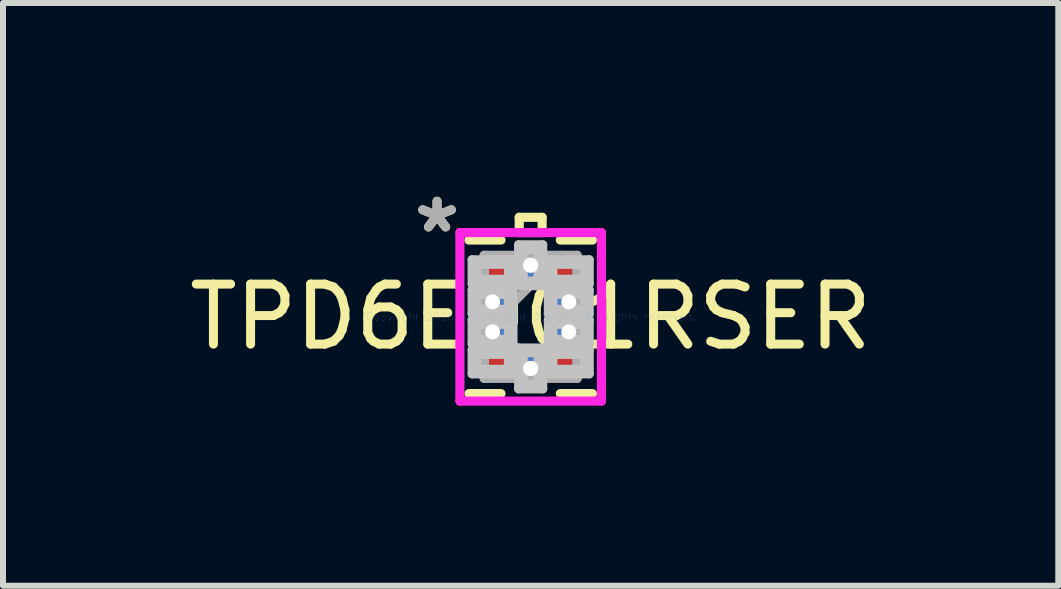
<source format=kicad_pcb>
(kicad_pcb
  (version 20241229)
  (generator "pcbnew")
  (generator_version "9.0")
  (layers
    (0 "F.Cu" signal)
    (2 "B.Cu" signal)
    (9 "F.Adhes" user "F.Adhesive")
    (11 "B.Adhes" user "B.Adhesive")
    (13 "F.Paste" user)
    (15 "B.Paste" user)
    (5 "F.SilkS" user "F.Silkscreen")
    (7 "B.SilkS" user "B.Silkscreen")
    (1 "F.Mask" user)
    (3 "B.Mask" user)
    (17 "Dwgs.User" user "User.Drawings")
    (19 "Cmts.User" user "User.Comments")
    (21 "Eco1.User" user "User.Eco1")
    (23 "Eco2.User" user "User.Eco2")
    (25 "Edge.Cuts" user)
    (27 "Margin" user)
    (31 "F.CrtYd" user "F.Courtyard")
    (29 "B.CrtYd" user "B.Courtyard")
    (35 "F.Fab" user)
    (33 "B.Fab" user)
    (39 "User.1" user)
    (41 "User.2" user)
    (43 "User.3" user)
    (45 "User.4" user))
  (footprint "TPD6E001RSER"
    (layer "F.Cu")
    (at 5.792 2.229)
    (property "Reference" "TPD6E001RSER" (at 0 0 0) (layer "F.SilkS") (effects (font (size 1 1) (thickness 0.15))))
    (attr through_hole)
    (fp_line (start -1.029 1.279) (end -0.494 1.279) (stroke (width 0.152) (type solid)) (layer "F.SilkS"))
    (fp_line (start -0.494 -1.279) (end -1.029 -1.279) (stroke (width 0.152) (type solid)) (layer "F.SilkS"))
    (fp_line (start -0.191 -1.658) (end 0.191 -1.658) (stroke (width 0.152) (type solid)) (layer "F.SilkS"))
    (fp_line (start -0.191 -1.404) (end -0.191 -1.658) (stroke (width 0.152) (type solid)) (layer "F.SilkS"))
    (fp_line (start 0.191 -1.658) (end 0.191 -1.404) (stroke (width 0.152) (type solid)) (layer "F.SilkS"))
    (fp_line (start 0.191 -1.404) (end -0.191 -1.404) (stroke (width 0.152) (type solid)) (layer "F.SilkS"))
    (fp_line (start 0.494 1.279) (end 1.029 1.279) (stroke (width 0.152) (type solid)) (layer "F.SilkS"))
    (fp_line (start 1.029 -1.279) (end 0.494 -1.279) (stroke (width 0.152) (type solid)) (layer "F.SilkS"))
    (fp_line (start -0.975 -0.95) (end -0.975 -0.55) (stroke (width 0.152) (type solid)) (layer "Dwgs.User"))
    (fp_line (start -0.975 -0.55) (end -0.295 -0.55) (stroke (width 0.152) (type solid)) (layer "Dwgs.User"))
    (fp_line (start -0.975 -0.45) (end -0.975 -0.05) (stroke (width 0.152) (type solid)) (layer "Dwgs.User"))
    (fp_line (start -0.975 -0.05) (end -0.295 -0.05) (stroke (width 0.152) (type solid)) (layer "Dwgs.User"))
    (fp_line (start -0.975 0.05) (end -0.975 0.45) (stroke (width 0.152) (type solid)) (layer "Dwgs.User"))
    (fp_line (start -0.975 0.45) (end -0.295 0.45) (stroke (width 0.152) (type solid)) (layer "Dwgs.User"))
    (fp_line (start -0.975 0.55) (end -0.975 0.95) (stroke (width 0.152) (type solid)) (layer "Dwgs.User"))
    (fp_line (start -0.975 0.95) (end -0.295 0.95) (stroke (width 0.152) (type solid)) (layer "Dwgs.User"))
    (fp_line (start -0.9 -0.875) (end -0.9 -0.625) (stroke (width 0.152) (type solid)) (layer "Dwgs.User"))
    (fp_line (start -0.9 -0.625) (end -0.37 -0.625) (stroke (width 0.152) (type solid)) (layer "Dwgs.User"))
    (fp_line (start -0.9 -0.375) (end -0.9 -0.125) (stroke (width 0.152) (type solid)) (layer "Dwgs.User"))
    (fp_line (start -0.9 -0.125) (end -0.37 -0.125) (stroke (width 0.152) (type solid)) (layer "Dwgs.User"))
    (fp_line (start -0.9 0.125) (end -0.9 0.375) (stroke (width 0.152) (type solid)) (layer "Dwgs.User"))
    (fp_line (start -0.9 0.375) (end -0.37 0.375) (stroke (width 0.152) (type solid)) (layer "Dwgs.User"))
    (fp_line (start -0.9 0.625) (end -0.9 0.875) (stroke (width 0.152) (type solid)) (layer "Dwgs.User"))
    (fp_line (start -0.9 0.875) (end -0.37 0.875) (stroke (width 0.152) (type solid)) (layer "Dwgs.User"))
    (fp_line (start -0.37 -0.875) (end -0.9 -0.875) (stroke (width 0.152) (type solid)) (layer "Dwgs.User"))
    (fp_line (start -0.37 -0.625) (end -0.37 -0.875) (stroke (width 0.152) (type solid)) (layer "Dwgs.User"))
    (fp_line (start -0.37 -0.375) (end -0.9 -0.375) (stroke (width 0.152) (type solid)) (layer "Dwgs.User"))
    (fp_line (start -0.37 -0.125) (end -0.37 -0.375) (stroke (width 0.152) (type solid)) (layer "Dwgs.User"))
    (fp_line (start -0.37 0.125) (end -0.9 0.125) (stroke (width 0.152) (type solid)) (layer "Dwgs.User"))
    (fp_line (start -0.37 0.375) (end -0.37 0.125) (stroke (width 0.152) (type solid)) (layer "Dwgs.User"))
    (fp_line (start -0.37 0.625) (end -0.9 0.625) (stroke (width 0.152) (type solid)) (layer "Dwgs.User"))
    (fp_line (start -0.37 0.875) (end -0.37 0.625) (stroke (width 0.152) (type solid)) (layer "Dwgs.User"))
    (fp_line (start -0.295 -0.95) (end -0.975 -0.95) (stroke (width 0.152) (type solid)) (layer "Dwgs.User"))
    (fp_line (start -0.295 -0.55) (end -0.295 -0.95) (stroke (width 0.152) (type solid)) (layer "Dwgs.User"))
    (fp_line (start -0.295 -0.45) (end -0.975 -0.45) (stroke (width 0.152) (type solid)) (layer "Dwgs.User"))
    (fp_line (start -0.295 -0.05) (end -0.295 -0.45) (stroke (width 0.152) (type solid)) (layer "Dwgs.User"))
    (fp_line (start -0.295 0.05) (end -0.975 0.05) (stroke (width 0.152) (type solid)) (layer "Dwgs.User"))
    (fp_line (start -0.295 0.45) (end -0.295 0.05) (stroke (width 0.152) (type solid)) (layer "Dwgs.User"))
    (fp_line (start -0.295 0.55) (end -0.975 0.55) (stroke (width 0.152) (type solid)) (layer "Dwgs.User"))
    (fp_line (start -0.295 0.95) (end -0.295 0.55) (stroke (width 0.152) (type solid)) (layer "Dwgs.User"))
    (fp_line (start -0.2 -1.2) (end -0.2 -0.52) (stroke (width 0.152) (type solid)) (layer "Dwgs.User"))
    (fp_line (start -0.2 -0.52) (end 0.2 -0.52) (stroke (width 0.152) (type solid)) (layer "Dwgs.User"))
    (fp_line (start -0.2 0.52) (end -0.2 1.2) (stroke (width 0.152) (type solid)) (layer "Dwgs.User"))
    (fp_line (start -0.2 1.2) (end 0.2 1.2) (stroke (width 0.152) (type solid)) (layer "Dwgs.User"))
    (fp_line (start -0.125 -1.125) (end -0.125 -0.595) (stroke (width 0.152) (type solid)) (layer "Dwgs.User"))
    (fp_line (start -0.125 -0.595) (end 0.125 -0.595) (stroke (width 0.152) (type solid)) (layer "Dwgs.User"))
    (fp_line (start -0.125 0.595) (end -0.125 1.125) (stroke (width 0.152) (type solid)) (layer "Dwgs.User"))
    (fp_line (start -0.125 1.125) (end 0.125 1.125) (stroke (width 0.152) (type solid)) (layer "Dwgs.User"))
    (fp_line (start 0.125 -1.125) (end -0.125 -1.125) (stroke (width 0.152) (type solid)) (layer "Dwgs.User"))
    (fp_line (start 0.125 -0.595) (end 0.125 -1.125) (stroke (width 0.152) (type solid)) (layer "Dwgs.User"))
    (fp_line (start 0.125 0.595) (end -0.125 0.595) (stroke (width 0.152) (type solid)) (layer "Dwgs.User"))
    (fp_line (start 0.125 1.125) (end 0.125 0.595) (stroke (width 0.152) (type solid)) (layer "Dwgs.User"))
    (fp_line (start 0.2 -1.2) (end -0.2 -1.2) (stroke (width 0.152) (type solid)) (layer "Dwgs.User"))
    (fp_line (start 0.2 -0.52) (end 0.2 -1.2) (stroke (width 0.152) (type solid)) (layer "Dwgs.User"))
    (fp_line (start 0.2 0.52) (end -0.2 0.52) (stroke (width 0.152) (type solid)) (layer "Dwgs.User"))
    (fp_line (start 0.2 1.2) (end 0.2 0.52) (stroke (width 0.152) (type solid)) (layer "Dwgs.User"))
    (fp_line (start 0.295 -0.95) (end 0.295 -0.55) (stroke (width 0.152) (type solid)) (layer "Dwgs.User"))
    (fp_line (start 0.295 -0.55) (end 0.975 -0.55) (stroke (width 0.152) (type solid)) (layer "Dwgs.User"))
    (fp_line (start 0.295 -0.45) (end 0.295 -0.05) (stroke (width 0.152) (type solid)) (layer "Dwgs.User"))
    (fp_line (start 0.295 -0.05) (end 0.975 -0.05) (stroke (width 0.152) (type solid)) (layer "Dwgs.User"))
    (fp_line (start 0.295 0.05) (end 0.295 0.45) (stroke (width 0.152) (type solid)) (layer "Dwgs.User"))
    (fp_line (start 0.295 0.45) (end 0.975 0.45) (stroke (width 0.152) (type solid)) (layer "Dwgs.User"))
    (fp_line (start 0.295 0.55) (end 0.295 0.95) (stroke (width 0.152) (type solid)) (layer "Dwgs.User"))
    (fp_line (start 0.295 0.95) (end 0.975 0.95) (stroke (width 0.152) (type solid)) (layer "Dwgs.User"))
    (fp_line (start 0.37 -0.875) (end 0.37 -0.625) (stroke (width 0.152) (type solid)) (layer "Dwgs.User"))
    (fp_line (start 0.37 -0.625) (end 0.9 -0.625) (stroke (width 0.152) (type solid)) (layer "Dwgs.User"))
    (fp_line (start 0.37 -0.375) (end 0.37 -0.125) (stroke (width 0.152) (type solid)) (layer "Dwgs.User"))
    (fp_line (start 0.37 -0.125) (end 0.9 -0.125) (stroke (width 0.152) (type solid)) (layer "Dwgs.User"))
    (fp_line (start 0.37 0.125) (end 0.37 0.375) (stroke (width 0.152) (type solid)) (layer "Dwgs.User"))
    (fp_line (start 0.37 0.375) (end 0.9 0.375) (stroke (width 0.152) (type solid)) (layer "Dwgs.User"))
    (fp_line (start 0.37 0.625) (end 0.37 0.875) (stroke (width 0.152) (type solid)) (layer "Dwgs.User"))
    (fp_line (start 0.37 0.875) (end 0.9 0.875) (stroke (width 0.152) (type solid)) (layer "Dwgs.User"))
    (fp_line (start 0.9 -0.875) (end 0.37 -0.875) (stroke (width 0.152) (type solid)) (layer "Dwgs.User"))
    (fp_line (start 0.9 -0.625) (end 0.9 -0.875) (stroke (width 0.152) (type solid)) (layer "Dwgs.User"))
    (fp_line (start 0.9 -0.375) (end 0.37 -0.375) (stroke (width 0.152) (type solid)) (layer "Dwgs.User"))
    (fp_line (start 0.9 -0.125) (end 0.9 -0.375) (stroke (width 0.152) (type solid)) (layer "Dwgs.User"))
    (fp_line (start 0.9 0.125) (end 0.37 0.125) (stroke (width 0.152) (type solid)) (layer "Dwgs.User"))
    (fp_line (start 0.9 0.375) (end 0.9 0.125) (stroke (width 0.152) (type solid)) (layer "Dwgs.User"))
    (fp_line (start 0.9 0.625) (end 0.37 0.625) (stroke (width 0.152) (type solid)) (layer "Dwgs.User"))
    (fp_line (start 0.9 0.875) (end 0.9 0.625) (stroke (width 0.152) (type solid)) (layer "Dwgs.User"))
    (fp_line (start 0.975 -0.95) (end 0.295 -0.95) (stroke (width 0.152) (type solid)) (layer "Dwgs.User"))
    (fp_line (start 0.975 -0.55) (end 0.975 -0.95) (stroke (width 0.152) (type solid)) (layer "Dwgs.User"))
    (fp_line (start 0.975 -0.45) (end 0.295 -0.45) (stroke (width 0.152) (type solid)) (layer "Dwgs.User"))
    (fp_line (start 0.975 -0.05) (end 0.975 -0.45) (stroke (width 0.152) (type solid)) (layer "Dwgs.User"))
    (fp_line (start 0.975 0.05) (end 0.295 0.05) (stroke (width 0.152) (type solid)) (layer "Dwgs.User"))
    (fp_line (start 0.975 0.45) (end 0.975 0.05) (stroke (width 0.152) (type solid)) (layer "Dwgs.User"))
    (fp_line (start 0.975 0.55) (end 0.295 0.55) (stroke (width 0.152) (type solid)) (layer "Dwgs.User"))
    (fp_line (start 0.975 0.95) (end 0.975 0.55) (stroke (width 0.152) (type solid)) (layer "Dwgs.User"))
    (fp_line (start -1.179 -1.404) (end 1.179 -1.404) (stroke (width 0.152) (type solid)) (layer "F.CrtYd"))
    (fp_line (start -1.179 1.404) (end -1.179 -1.404) (stroke (width 0.152) (type solid)) (layer "F.CrtYd"))
    (fp_line (start 1.179 -1.404) (end 1.179 1.404) (stroke (width 0.152) (type solid)) (layer "F.CrtYd"))
    (fp_line (start 1.179 1.404) (end -1.179 1.404) (stroke (width 0.152) (type solid)) (layer "F.CrtYd"))
    (fp_line (start -0.775 -1.025) (end -0.775 1.025) (stroke (width 0.152) (type solid)) (layer "F.Fab"))
    (fp_line (start -0.775 -0.9) (end -0.775 -0.9) (stroke (width 0.152) (type solid)) (layer "F.Fab"))
    (fp_line (start -0.775 -0.9) (end -0.775 -0.6) (stroke (width 0.152) (type solid)) (layer "F.Fab"))
    (fp_line (start -0.775 -0.6) (end -0.775 -0.9) (stroke (width 0.152) (type solid)) (layer "F.Fab"))
    (fp_line (start -0.775 -0.6) (end -0.775 -0.6) (stroke (width 0.152) (type solid)) (layer "F.Fab"))
    (fp_line (start -0.775 -0.4) (end -0.775 -0.4) (stroke (width 0.152) (type solid)) (layer "F.Fab"))
    (fp_line (start -0.775 -0.4) (end -0.775 -0.1) (stroke (width 0.152) (type solid)) (layer "F.Fab"))
    (fp_line (start -0.775 -0.1) (end -0.775 -0.4) (stroke (width 0.152) (type solid)) (layer "F.Fab"))
    (fp_line (start -0.775 -0.1) (end -0.775 -0.1) (stroke (width 0.152) (type solid)) (layer "F.Fab"))
    (fp_line (start -0.775 0.1) (end -0.775 0.1) (stroke (width 0.152) (type solid)) (layer "F.Fab"))
    (fp_line (start -0.775 0.1) (end -0.775 0.4) (stroke (width 0.152) (type solid)) (layer "F.Fab"))
    (fp_line (start -0.775 0.245) (end 0.495 -1.025) (stroke (width 0.152) (type solid)) (layer "F.Fab"))
    (fp_line (start -0.775 0.4) (end -0.775 0.1) (stroke (width 0.152) (type solid)) (layer "F.Fab"))
    (fp_line (start -0.775 0.4) (end -0.775 0.4) (stroke (width 0.152) (type solid)) (layer "F.Fab"))
    (fp_line (start -0.775 0.6) (end -0.775 0.6) (stroke (width 0.152) (type solid)) (layer "F.Fab"))
    (fp_line (start -0.775 0.6) (end -0.775 0.9) (stroke (width 0.152) (type solid)) (layer "F.Fab"))
    (fp_line (start -0.775 0.9) (end -0.775 0.6) (stroke (width 0.152) (type solid)) (layer "F.Fab"))
    (fp_line (start -0.775 0.9) (end -0.775 0.9) (stroke (width 0.152) (type solid)) (layer "F.Fab"))
    (fp_line (start -0.775 1.025) (end 0.775 1.025) (stroke (width 0.152) (type solid)) (layer "F.Fab"))
    (fp_line (start -0.15 -1.025) (end -0.15 -1.025) (stroke (width 0.152) (type solid)) (layer "F.Fab"))
    (fp_line (start -0.15 -1.025) (end 0.15 -1.025) (stroke (width 0.152) (type solid)) (layer "F.Fab"))
    (fp_line (start -0.15 1.025) (end -0.15 1.025) (stroke (width 0.152) (type solid)) (layer "F.Fab"))
    (fp_line (start -0.15 1.025) (end 0.15 1.025) (stroke (width 0.152) (type solid)) (layer "F.Fab"))
    (fp_line (start 0.15 -1.025) (end -0.15 -1.025) (stroke (width 0.152) (type solid)) (layer "F.Fab"))
    (fp_line (start 0.15 -1.025) (end 0.15 -1.025) (stroke (width 0.152) (type solid)) (layer "F.Fab"))
    (fp_line (start 0.15 1.025) (end -0.15 1.025) (stroke (width 0.152) (type solid)) (layer "F.Fab"))
    (fp_line (start 0.15 1.025) (end 0.15 1.025) (stroke (width 0.152) (type solid)) (layer "F.Fab"))
    (fp_line (start 0.775 -1.025) (end -0.775 -1.025) (stroke (width 0.152) (type solid)) (layer "F.Fab"))
    (fp_line (start 0.775 -0.9) (end 0.775 -0.9) (stroke (width 0.152) (type solid)) (layer "F.Fab"))
    (fp_line (start 0.775 -0.9) (end 0.775 -0.6) (stroke (width 0.152) (type solid)) (layer "F.Fab"))
    (fp_line (start 0.775 -0.6) (end 0.775 -0.9) (stroke (width 0.152) (type solid)) (layer "F.Fab"))
    (fp_line (start 0.775 -0.6) (end 0.775 -0.6) (stroke (width 0.152) (type solid)) (layer "F.Fab"))
    (fp_line (start 0.775 -0.4) (end 0.775 -0.4) (stroke (width 0.152) (type solid)) (layer "F.Fab"))
    (fp_line (start 0.775 -0.4) (end 0.775 -0.1) (stroke (width 0.152) (type solid)) (layer "F.Fab"))
    (fp_line (start 0.775 -0.1) (end 0.775 -0.4) (stroke (width 0.152) (type solid)) (layer "F.Fab"))
    (fp_line (start 0.775 -0.1) (end 0.775 -0.1) (stroke (width 0.152) (type solid)) (layer "F.Fab"))
    (fp_line (start 0.775 0.1) (end 0.775 0.1) (stroke (width 0.152) (type solid)) (layer "F.Fab"))
    (fp_line (start 0.775 0.1) (end 0.775 0.4) (stroke (width 0.152) (type solid)) (layer "F.Fab"))
    (fp_line (start 0.775 0.4) (end 0.775 0.1) (stroke (width 0.152) (type solid)) (layer "F.Fab"))
    (fp_line (start 0.775 0.4) (end 0.775 0.4) (stroke (width 0.152) (type solid)) (layer "F.Fab"))
    (fp_line (start 0.775 0.6) (end 0.775 0.6) (stroke (width 0.152) (type solid)) (layer "F.Fab"))
    (fp_line (start 0.775 0.6) (end 0.775 0.9) (stroke (width 0.152) (type solid)) (layer "F.Fab"))
    (fp_line (start 0.775 0.9) (end 0.775 0.6) (stroke (width 0.152) (type solid)) (layer "F.Fab"))
    (fp_line (start 0.775 0.9) (end 0.775 0.9) (stroke (width 0.152) (type solid)) (layer "F.Fab"))
    (fp_line (start 0.775 1.025) (end 0.775 -1.025) (stroke (width 0.152) (type solid)) (layer "F.Fab"))
    (fp_text user "*" (at -1.56 -1.381 0) (layer "F.SilkS") (effects (font (size 1 1) (thickness 0.15))))
    (fp_text user "Copyright 2016 Accelerated Designs. All rights reserved." (at 0 0 0) (layer "Cmts.User") (effects (font (size 0.127 0.127) (thickness 0.002))))
    (fp_text user "*" (at -1.56 -1.381 0) (layer "F.Fab") (effects (font (size 1 1) (thickness 0.15))))
    (pad "1" smd rect (at -0.635 -0.75 90) (size 0.3 0.58) (layers "F.Cu" "F.Mask" "F.Paste"))
    (pad "2" thru_hole rect (at -0.635 -0.25 90) (size 0.25 0.58) (drill 0.254) (layers "*.Cu" "*.Mask"))
    (pad "3" thru_hole rect (at -0.635 0.25 90) (size 0.25 0.58) (drill 0.254) (layers "*.Cu" "*.Mask"))
    (pad "4" smd rect (at -0.635 0.75 90) (size 0.3 0.58) (layers "F.Cu" "F.Mask" "F.Paste"))
    (pad "5" thru_hole rect (at 0 0.86) (size 0.35 0.63) (drill 0.254) (layers "*.Cu" "*.Mask"))
    (pad "6" smd rect (at 0.635 0.75 90) (size 0.3 0.58) (layers "F.Cu" "F.Mask" "F.Paste"))
    (pad "7" thru_hole rect (at 0.635 0.25 90) (size 0.25 0.58) (drill 0.254) (layers "*.Cu" "*.Mask"))
    (pad "8" thru_hole rect (at 0.635 -0.25 90) (size 0.25 0.58) (drill 0.254) (layers "*.Cu" "*.Mask"))
    (pad "9" smd rect (at 0.635 -0.75 90) (size 0.3 0.58) (layers "F.Cu" "F.Mask" "F.Paste"))
    (pad "10" thru_hole rect (at 0 -0.86) (size 0.35 0.63) (drill 0.254) (layers "*.Cu" "*.Mask")))
  (gr_rect
    (start -3 -3)
    (end 14.583 6.709)
    (stroke (width 0.1) (type default))
    (fill no)
    (layer "Edge.Cuts")))
</source>
